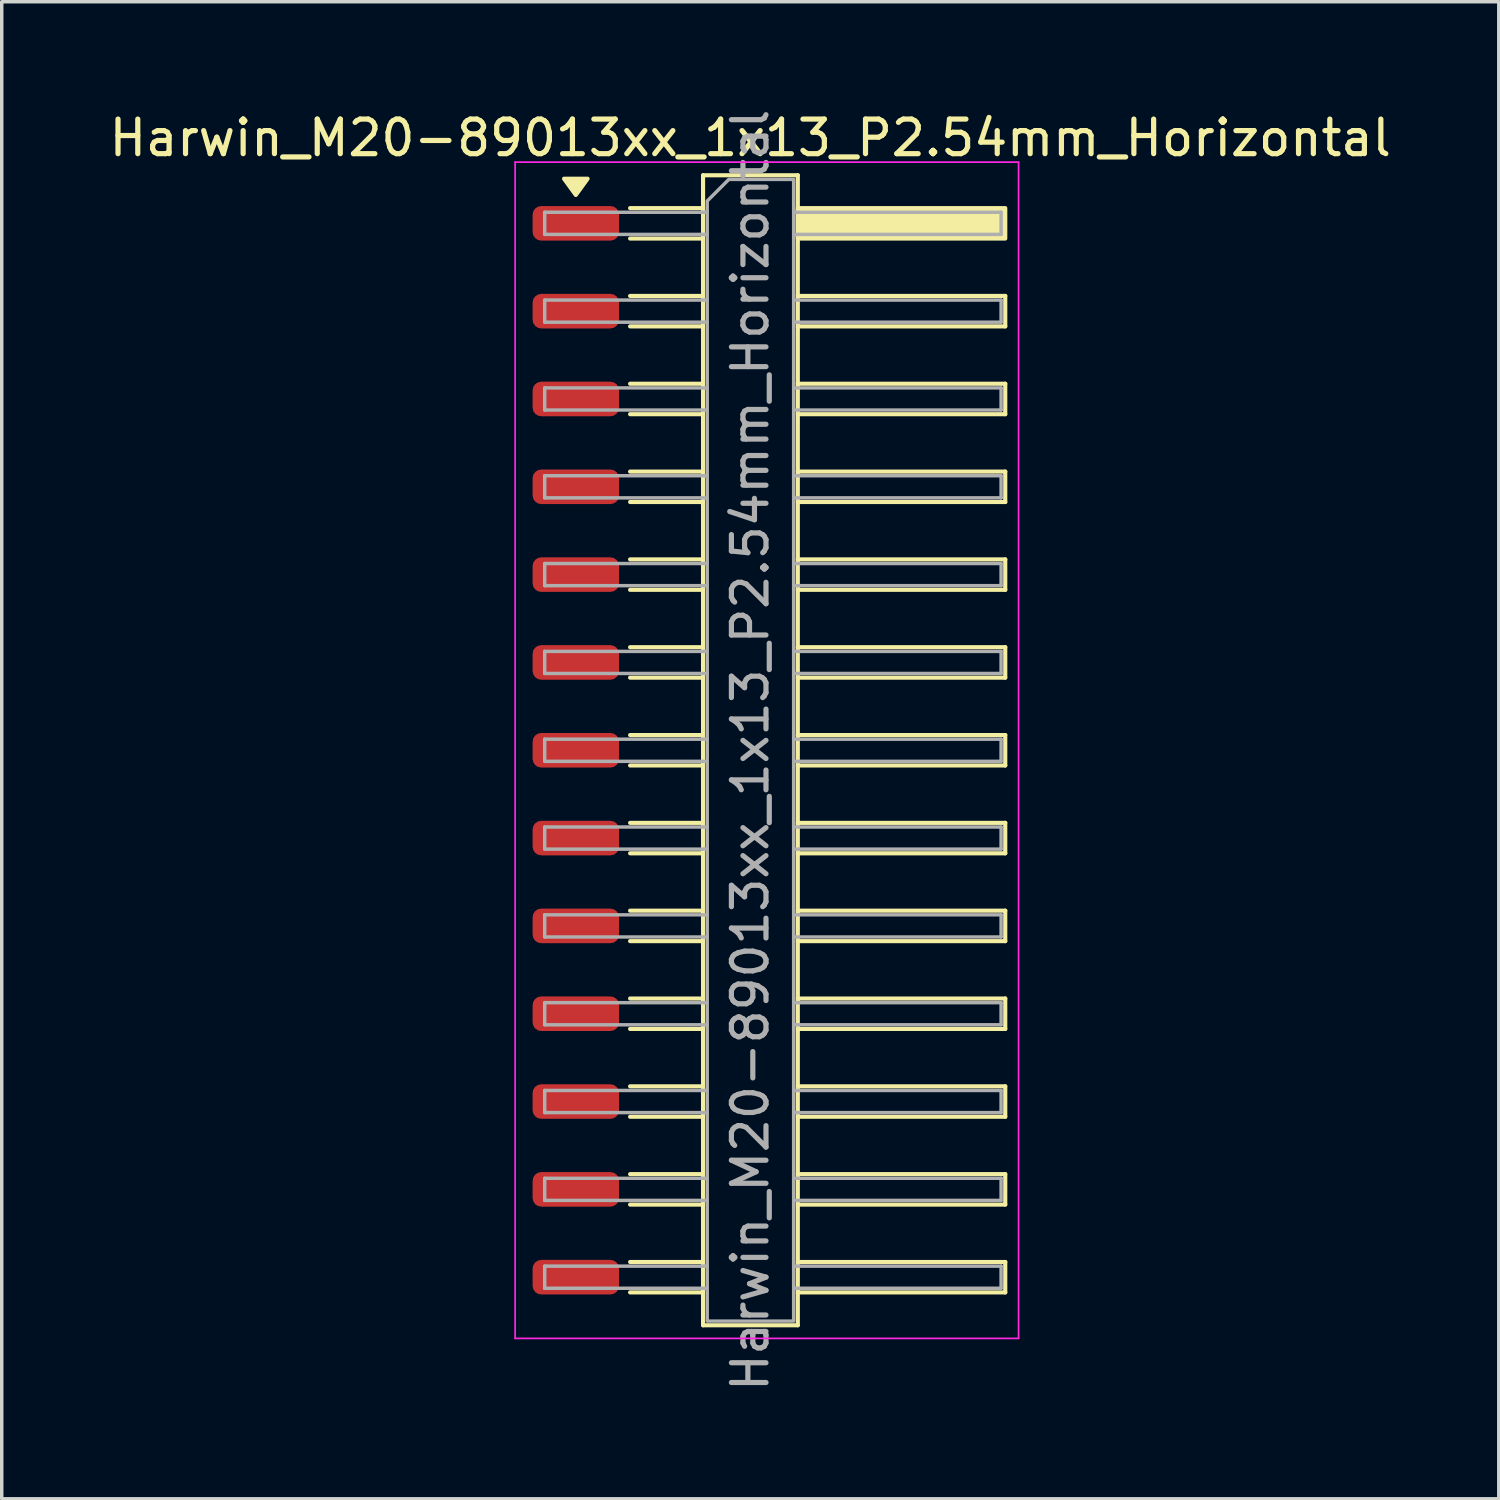
<source format=kicad_pcb>
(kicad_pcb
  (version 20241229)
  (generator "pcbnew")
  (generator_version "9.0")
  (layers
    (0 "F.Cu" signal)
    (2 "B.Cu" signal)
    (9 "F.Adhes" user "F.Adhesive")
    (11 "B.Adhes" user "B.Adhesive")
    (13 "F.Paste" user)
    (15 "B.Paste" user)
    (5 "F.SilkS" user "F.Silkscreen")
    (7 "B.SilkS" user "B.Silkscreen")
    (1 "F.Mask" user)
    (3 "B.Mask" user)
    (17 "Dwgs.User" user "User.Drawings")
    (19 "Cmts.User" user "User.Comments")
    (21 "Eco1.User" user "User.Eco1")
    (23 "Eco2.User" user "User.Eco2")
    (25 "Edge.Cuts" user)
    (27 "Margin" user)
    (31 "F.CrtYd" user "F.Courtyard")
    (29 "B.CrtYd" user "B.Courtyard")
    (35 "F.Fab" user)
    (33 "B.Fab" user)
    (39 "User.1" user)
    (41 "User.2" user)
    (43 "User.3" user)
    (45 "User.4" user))
  (footprint "Harwin_M20-89013xx_1x13_P2.54mm_Horizontal"
    (layer "F.Cu")
    (at 19.129 18.649)
    (property "Reference" "Harwin_M20-89013xx_1x13_P2.54mm_Horizontal" (at -0.48 -17.71 0) (layer "F.SilkS") (effects (font (size 1 1) (thickness 0.15))))
    (attr smd)
    (fp_line (start -3.955 -15.68) (end -1.845 -15.68) (stroke (width 0.12) (type solid)) (layer "F.SilkS"))
    (fp_line (start -3.955 -14.8) (end -1.845 -14.8) (stroke (width 0.12) (type solid)) (layer "F.SilkS"))
    (fp_line (start -3.955 -13.14) (end -1.845 -13.14) (stroke (width 0.12) (type solid)) (layer "F.SilkS"))
    (fp_line (start -3.955 -12.26) (end -1.845 -12.26) (stroke (width 0.12) (type solid)) (layer "F.SilkS"))
    (fp_line (start -3.955 -10.6) (end -1.845 -10.6) (stroke (width 0.12) (type solid)) (layer "F.SilkS"))
    (fp_line (start -3.955 -9.72) (end -1.845 -9.72) (stroke (width 0.12) (type solid)) (layer "F.SilkS"))
    (fp_line (start -3.955 -8.06) (end -1.845 -8.06) (stroke (width 0.12) (type solid)) (layer "F.SilkS"))
    (fp_line (start -3.955 -7.18) (end -1.845 -7.18) (stroke (width 0.12) (type solid)) (layer "F.SilkS"))
    (fp_line (start -3.955 -5.52) (end -1.845 -5.52) (stroke (width 0.12) (type solid)) (layer "F.SilkS"))
    (fp_line (start -3.955 -4.64) (end -1.845 -4.64) (stroke (width 0.12) (type solid)) (layer "F.SilkS"))
    (fp_line (start -3.955 -2.98) (end -1.845 -2.98) (stroke (width 0.12) (type solid)) (layer "F.SilkS"))
    (fp_line (start -3.955 -2.1) (end -1.845 -2.1) (stroke (width 0.12) (type solid)) (layer "F.SilkS"))
    (fp_line (start -3.955 -0.44) (end -1.845 -0.44) (stroke (width 0.12) (type solid)) (layer "F.SilkS"))
    (fp_line (start -3.955 0.44) (end -1.845 0.44) (stroke (width 0.12) (type solid)) (layer "F.SilkS"))
    (fp_line (start -3.955 2.1) (end -1.845 2.1) (stroke (width 0.12) (type solid)) (layer "F.SilkS"))
    (fp_line (start -3.955 2.98) (end -1.845 2.98) (stroke (width 0.12) (type solid)) (layer "F.SilkS"))
    (fp_line (start -3.955 4.64) (end -1.845 4.64) (stroke (width 0.12) (type solid)) (layer "F.SilkS"))
    (fp_line (start -3.955 5.52) (end -1.845 5.52) (stroke (width 0.12) (type solid)) (layer "F.SilkS"))
    (fp_line (start -3.955 7.18) (end -1.845 7.18) (stroke (width 0.12) (type solid)) (layer "F.SilkS"))
    (fp_line (start -3.955 8.06) (end -1.845 8.06) (stroke (width 0.12) (type solid)) (layer "F.SilkS"))
    (fp_line (start -3.955 9.72) (end -1.845 9.72) (stroke (width 0.12) (type solid)) (layer "F.SilkS"))
    (fp_line (start -3.955 10.6) (end -1.845 10.6) (stroke (width 0.12) (type solid)) (layer "F.SilkS"))
    (fp_line (start -3.955 12.26) (end -1.845 12.26) (stroke (width 0.12) (type solid)) (layer "F.SilkS"))
    (fp_line (start -3.955 13.14) (end -1.845 13.14) (stroke (width 0.12) (type solid)) (layer "F.SilkS"))
    (fp_line (start -3.955 14.8) (end -1.845 14.8) (stroke (width 0.12) (type solid)) (layer "F.SilkS"))
    (fp_line (start -3.955 15.68) (end -1.845 15.68) (stroke (width 0.12) (type solid)) (layer "F.SilkS"))
    (fp_line (start -1.845 -16.63) (end 0.895 -16.63) (stroke (width 0.12) (type solid)) (layer "F.SilkS"))
    (fp_line (start -1.845 16.63) (end -1.845 -16.63) (stroke (width 0.12) (type solid)) (layer "F.SilkS"))
    (fp_line (start 0.895 -16.63) (end 0.895 16.63) (stroke (width 0.12) (type solid)) (layer "F.SilkS"))
    (fp_line (start 0.895 -13.14) (end 6.895 -13.14) (stroke (width 0.12) (type solid)) (layer "F.SilkS"))
    (fp_line (start 0.895 -10.6) (end 6.895 -10.6) (stroke (width 0.12) (type solid)) (layer "F.SilkS"))
    (fp_line (start 0.895 -8.06) (end 6.895 -8.06) (stroke (width 0.12) (type solid)) (layer "F.SilkS"))
    (fp_line (start 0.895 -5.52) (end 6.895 -5.52) (stroke (width 0.12) (type solid)) (layer "F.SilkS"))
    (fp_line (start 0.895 -2.98) (end 6.895 -2.98) (stroke (width 0.12) (type solid)) (layer "F.SilkS"))
    (fp_line (start 0.895 -0.44) (end 6.895 -0.44) (stroke (width 0.12) (type solid)) (layer "F.SilkS"))
    (fp_line (start 0.895 2.1) (end 6.895 2.1) (stroke (width 0.12) (type solid)) (layer "F.SilkS"))
    (fp_line (start 0.895 4.64) (end 6.895 4.64) (stroke (width 0.12) (type solid)) (layer "F.SilkS"))
    (fp_line (start 0.895 7.18) (end 6.895 7.18) (stroke (width 0.12) (type solid)) (layer "F.SilkS"))
    (fp_line (start 0.895 9.72) (end 6.895 9.72) (stroke (width 0.12) (type solid)) (layer "F.SilkS"))
    (fp_line (start 0.895 12.26) (end 6.895 12.26) (stroke (width 0.12) (type solid)) (layer "F.SilkS"))
    (fp_line (start 0.895 14.8) (end 6.895 14.8) (stroke (width 0.12) (type solid)) (layer "F.SilkS"))
    (fp_line (start 0.895 16.63) (end -1.845 16.63) (stroke (width 0.12) (type solid)) (layer "F.SilkS"))
    (fp_line (start 6.895 -13.14) (end 6.895 -12.26) (stroke (width 0.12) (type solid)) (layer "F.SilkS"))
    (fp_line (start 6.895 -12.26) (end 0.895 -12.26) (stroke (width 0.12) (type solid)) (layer "F.SilkS"))
    (fp_line (start 6.895 -10.6) (end 6.895 -9.72) (stroke (width 0.12) (type solid)) (layer "F.SilkS"))
    (fp_line (start 6.895 -9.72) (end 0.895 -9.72) (stroke (width 0.12) (type solid)) (layer "F.SilkS"))
    (fp_line (start 6.895 -8.06) (end 6.895 -7.18) (stroke (width 0.12) (type solid)) (layer "F.SilkS"))
    (fp_line (start 6.895 -7.18) (end 0.895 -7.18) (stroke (width 0.12) (type solid)) (layer "F.SilkS"))
    (fp_line (start 6.895 -5.52) (end 6.895 -4.64) (stroke (width 0.12) (type solid)) (layer "F.SilkS"))
    (fp_line (start 6.895 -4.64) (end 0.895 -4.64) (stroke (width 0.12) (type solid)) (layer "F.SilkS"))
    (fp_line (start 6.895 -2.98) (end 6.895 -2.1) (stroke (width 0.12) (type solid)) (layer "F.SilkS"))
    (fp_line (start 6.895 -2.1) (end 0.895 -2.1) (stroke (width 0.12) (type solid)) (layer "F.SilkS"))
    (fp_line (start 6.895 -0.44) (end 6.895 0.44) (stroke (width 0.12) (type solid)) (layer "F.SilkS"))
    (fp_line (start 6.895 0.44) (end 0.895 0.44) (stroke (width 0.12) (type solid)) (layer "F.SilkS"))
    (fp_line (start 6.895 2.1) (end 6.895 2.98) (stroke (width 0.12) (type solid)) (layer "F.SilkS"))
    (fp_line (start 6.895 2.98) (end 0.895 2.98) (stroke (width 0.12) (type solid)) (layer "F.SilkS"))
    (fp_line (start 6.895 4.64) (end 6.895 5.52) (stroke (width 0.12) (type solid)) (layer "F.SilkS"))
    (fp_line (start 6.895 5.52) (end 0.895 5.52) (stroke (width 0.12) (type solid)) (layer "F.SilkS"))
    (fp_line (start 6.895 7.18) (end 6.895 8.06) (stroke (width 0.12) (type solid)) (layer "F.SilkS"))
    (fp_line (start 6.895 8.06) (end 0.895 8.06) (stroke (width 0.12) (type solid)) (layer "F.SilkS"))
    (fp_line (start 6.895 9.72) (end 6.895 10.6) (stroke (width 0.12) (type solid)) (layer "F.SilkS"))
    (fp_line (start 6.895 10.6) (end 0.895 10.6) (stroke (width 0.12) (type solid)) (layer "F.SilkS"))
    (fp_line (start 6.895 12.26) (end 6.895 13.14) (stroke (width 0.12) (type solid)) (layer "F.SilkS"))
    (fp_line (start 6.895 13.14) (end 0.895 13.14) (stroke (width 0.12) (type solid)) (layer "F.SilkS"))
    (fp_line (start 6.895 14.8) (end 6.895 15.68) (stroke (width 0.12) (type solid)) (layer "F.SilkS"))
    (fp_line (start 6.895 15.68) (end 0.895 15.68) (stroke (width 0.12) (type solid)) (layer "F.SilkS"))
    (fp_rect (start 0.895 -15.68) (end 6.895 -14.8) (stroke (width 0.12) (type solid)) (fill yes) (layer "F.SilkS"))
    (fp_poly (pts (xy -5.525 -16.06) (xy -5.865 -16.53) (xy -5.185 -16.53)) (stroke (width 0.12) (type solid)) (fill yes) (layer "F.SilkS"))
    (fp_line (start -7.28 -17.01) (end 7.28 -17.01) (stroke (width 0.05) (type solid)) (layer "F.CrtYd"))
    (fp_line (start -7.28 17.01) (end -7.28 -17.01) (stroke (width 0.05) (type solid)) (layer "F.CrtYd"))
    (fp_line (start 7.28 -17.01) (end 7.28 17.01) (stroke (width 0.05) (type solid)) (layer "F.CrtYd"))
    (fp_line (start 7.28 17.01) (end -7.28 17.01) (stroke (width 0.05) (type solid)) (layer "F.CrtYd"))
    (fp_line (start -6.425 -15.56) (end -6.425 -14.92) (stroke (width 0.1) (type solid)) (layer "F.Fab"))
    (fp_line (start -6.425 -14.92) (end -1.725 -14.92) (stroke (width 0.1) (type solid)) (layer "F.Fab"))
    (fp_line (start -6.425 -13.02) (end -6.425 -12.38) (stroke (width 0.1) (type solid)) (layer "F.Fab"))
    (fp_line (start -6.425 -12.38) (end -1.725 -12.38) (stroke (width 0.1) (type solid)) (layer "F.Fab"))
    (fp_line (start -6.425 -10.48) (end -6.425 -9.84) (stroke (width 0.1) (type solid)) (layer "F.Fab"))
    (fp_line (start -6.425 -9.84) (end -1.725 -9.84) (stroke (width 0.1) (type solid)) (layer "F.Fab"))
    (fp_line (start -6.425 -7.94) (end -6.425 -7.3) (stroke (width 0.1) (type solid)) (layer "F.Fab"))
    (fp_line (start -6.425 -7.3) (end -1.725 -7.3) (stroke (width 0.1) (type solid)) (layer "F.Fab"))
    (fp_line (start -6.425 -5.4) (end -6.425 -4.76) (stroke (width 0.1) (type solid)) (layer "F.Fab"))
    (fp_line (start -6.425 -4.76) (end -1.725 -4.76) (stroke (width 0.1) (type solid)) (layer "F.Fab"))
    (fp_line (start -6.425 -2.86) (end -6.425 -2.22) (stroke (width 0.1) (type solid)) (layer "F.Fab"))
    (fp_line (start -6.425 -2.22) (end -1.725 -2.22) (stroke (width 0.1) (type solid)) (layer "F.Fab"))
    (fp_line (start -6.425 -0.32) (end -6.425 0.32) (stroke (width 0.1) (type solid)) (layer "F.Fab"))
    (fp_line (start -6.425 0.32) (end -1.725 0.32) (stroke (width 0.1) (type solid)) (layer "F.Fab"))
    (fp_line (start -6.425 2.22) (end -6.425 2.86) (stroke (width 0.1) (type solid)) (layer "F.Fab"))
    (fp_line (start -6.425 2.86) (end -1.725 2.86) (stroke (width 0.1) (type solid)) (layer "F.Fab"))
    (fp_line (start -6.425 4.76) (end -6.425 5.4) (stroke (width 0.1) (type solid)) (layer "F.Fab"))
    (fp_line (start -6.425 5.4) (end -1.725 5.4) (stroke (width 0.1) (type solid)) (layer "F.Fab"))
    (fp_line (start -6.425 7.3) (end -6.425 7.94) (stroke (width 0.1) (type solid)) (layer "F.Fab"))
    (fp_line (start -6.425 7.94) (end -1.725 7.94) (stroke (width 0.1) (type solid)) (layer "F.Fab"))
    (fp_line (start -6.425 9.84) (end -6.425 10.48) (stroke (width 0.1) (type solid)) (layer "F.Fab"))
    (fp_line (start -6.425 10.48) (end -1.725 10.48) (stroke (width 0.1) (type solid)) (layer "F.Fab"))
    (fp_line (start -6.425 12.38) (end -6.425 13.02) (stroke (width 0.1) (type solid)) (layer "F.Fab"))
    (fp_line (start -6.425 13.02) (end -1.725 13.02) (stroke (width 0.1) (type solid)) (layer "F.Fab"))
    (fp_line (start -6.425 14.92) (end -6.425 15.56) (stroke (width 0.1) (type solid)) (layer "F.Fab"))
    (fp_line (start -6.425 15.56) (end -1.725 15.56) (stroke (width 0.1) (type solid)) (layer "F.Fab"))
    (fp_line (start -1.725 -15.56) (end -6.425 -15.56) (stroke (width 0.1) (type solid)) (layer "F.Fab"))
    (fp_line (start -1.725 -13.02) (end -6.425 -13.02) (stroke (width 0.1) (type solid)) (layer "F.Fab"))
    (fp_line (start -1.725 -10.48) (end -6.425 -10.48) (stroke (width 0.1) (type solid)) (layer "F.Fab"))
    (fp_line (start -1.725 -7.94) (end -6.425 -7.94) (stroke (width 0.1) (type solid)) (layer "F.Fab"))
    (fp_line (start -1.725 -5.4) (end -6.425 -5.4) (stroke (width 0.1) (type solid)) (layer "F.Fab"))
    (fp_line (start -1.725 -2.86) (end -6.425 -2.86) (stroke (width 0.1) (type solid)) (layer "F.Fab"))
    (fp_line (start -1.725 -0.32) (end -6.425 -0.32) (stroke (width 0.1) (type solid)) (layer "F.Fab"))
    (fp_line (start -1.725 2.22) (end -6.425 2.22) (stroke (width 0.1) (type solid)) (layer "F.Fab"))
    (fp_line (start -1.725 4.76) (end -6.425 4.76) (stroke (width 0.1) (type solid)) (layer "F.Fab"))
    (fp_line (start -1.725 7.3) (end -6.425 7.3) (stroke (width 0.1) (type solid)) (layer "F.Fab"))
    (fp_line (start -1.725 9.84) (end -6.425 9.84) (stroke (width 0.1) (type solid)) (layer "F.Fab"))
    (fp_line (start -1.725 12.38) (end -6.425 12.38) (stroke (width 0.1) (type solid)) (layer "F.Fab"))
    (fp_line (start -1.725 14.92) (end -6.425 14.92) (stroke (width 0.1) (type solid)) (layer "F.Fab"))
    (fp_line (start 0.775 -15.56) (end 6.775 -15.56) (stroke (width 0.1) (type solid)) (layer "F.Fab"))
    (fp_line (start 0.775 -13.02) (end 6.775 -13.02) (stroke (width 0.1) (type solid)) (layer "F.Fab"))
    (fp_line (start 0.775 -10.48) (end 6.775 -10.48) (stroke (width 0.1) (type solid)) (layer "F.Fab"))
    (fp_line (start 0.775 -7.94) (end 6.775 -7.94) (stroke (width 0.1) (type solid)) (layer "F.Fab"))
    (fp_line (start 0.775 -5.4) (end 6.775 -5.4) (stroke (width 0.1) (type solid)) (layer "F.Fab"))
    (fp_line (start 0.775 -2.86) (end 6.775 -2.86) (stroke (width 0.1) (type solid)) (layer "F.Fab"))
    (fp_line (start 0.775 -0.32) (end 6.775 -0.32) (stroke (width 0.1) (type solid)) (layer "F.Fab"))
    (fp_line (start 0.775 2.22) (end 6.775 2.22) (stroke (width 0.1) (type solid)) (layer "F.Fab"))
    (fp_line (start 0.775 4.76) (end 6.775 4.76) (stroke (width 0.1) (type solid)) (layer "F.Fab"))
    (fp_line (start 0.775 7.3) (end 6.775 7.3) (stroke (width 0.1) (type solid)) (layer "F.Fab"))
    (fp_line (start 0.775 9.84) (end 6.775 9.84) (stroke (width 0.1) (type solid)) (layer "F.Fab"))
    (fp_line (start 0.775 12.38) (end 6.775 12.38) (stroke (width 0.1) (type solid)) (layer "F.Fab"))
    (fp_line (start 0.775 14.92) (end 6.775 14.92) (stroke (width 0.1) (type solid)) (layer "F.Fab"))
    (fp_line (start 6.775 -15.56) (end 6.775 -14.92) (stroke (width 0.1) (type solid)) (layer "F.Fab"))
    (fp_line (start 6.775 -14.92) (end 0.775 -14.92) (stroke (width 0.1) (type solid)) (layer "F.Fab"))
    (fp_line (start 6.775 -13.02) (end 6.775 -12.38) (stroke (width 0.1) (type solid)) (layer "F.Fab"))
    (fp_line (start 6.775 -12.38) (end 0.775 -12.38) (stroke (width 0.1) (type solid)) (layer "F.Fab"))
    (fp_line (start 6.775 -10.48) (end 6.775 -9.84) (stroke (width 0.1) (type solid)) (layer "F.Fab"))
    (fp_line (start 6.775 -9.84) (end 0.775 -9.84) (stroke (width 0.1) (type solid)) (layer "F.Fab"))
    (fp_line (start 6.775 -7.94) (end 6.775 -7.3) (stroke (width 0.1) (type solid)) (layer "F.Fab"))
    (fp_line (start 6.775 -7.3) (end 0.775 -7.3) (stroke (width 0.1) (type solid)) (layer "F.Fab"))
    (fp_line (start 6.775 -5.4) (end 6.775 -4.76) (stroke (width 0.1) (type solid)) (layer "F.Fab"))
    (fp_line (start 6.775 -4.76) (end 0.775 -4.76) (stroke (width 0.1) (type solid)) (layer "F.Fab"))
    (fp_line (start 6.775 -2.86) (end 6.775 -2.22) (stroke (width 0.1) (type solid)) (layer "F.Fab"))
    (fp_line (start 6.775 -2.22) (end 0.775 -2.22) (stroke (width 0.1) (type solid)) (layer "F.Fab"))
    (fp_line (start 6.775 -0.32) (end 6.775 0.32) (stroke (width 0.1) (type solid)) (layer "F.Fab"))
    (fp_line (start 6.775 0.32) (end 0.775 0.32) (stroke (width 0.1) (type solid)) (layer "F.Fab"))
    (fp_line (start 6.775 2.22) (end 6.775 2.86) (stroke (width 0.1) (type solid)) (layer "F.Fab"))
    (fp_line (start 6.775 2.86) (end 0.775 2.86) (stroke (width 0.1) (type solid)) (layer "F.Fab"))
    (fp_line (start 6.775 4.76) (end 6.775 5.4) (stroke (width 0.1) (type solid)) (layer "F.Fab"))
    (fp_line (start 6.775 5.4) (end 0.775 5.4) (stroke (width 0.1) (type solid)) (layer "F.Fab"))
    (fp_line (start 6.775 7.3) (end 6.775 7.94) (stroke (width 0.1) (type solid)) (layer "F.Fab"))
    (fp_line (start 6.775 7.94) (end 0.775 7.94) (stroke (width 0.1) (type solid)) (layer "F.Fab"))
    (fp_line (start 6.775 9.84) (end 6.775 10.48) (stroke (width 0.1) (type solid)) (layer "F.Fab"))
    (fp_line (start 6.775 10.48) (end 0.775 10.48) (stroke (width 0.1) (type solid)) (layer "F.Fab"))
    (fp_line (start 6.775 12.38) (end 6.775 13.02) (stroke (width 0.1) (type solid)) (layer "F.Fab"))
    (fp_line (start 6.775 13.02) (end 0.775 13.02) (stroke (width 0.1) (type solid)) (layer "F.Fab"))
    (fp_line (start 6.775 14.92) (end 6.775 15.56) (stroke (width 0.1) (type solid)) (layer "F.Fab"))
    (fp_line (start 6.775 15.56) (end 0.775 15.56) (stroke (width 0.1) (type solid)) (layer "F.Fab"))
    (fp_poly (pts (xy -1.725 -15.885) (xy -1.725 16.51) (xy 0.775 16.51) (xy 0.775 -16.51) (xy -1.1 -16.51)) (stroke (width 0.1) (type solid)) (fill no) (layer "F.Fab"))
    (fp_text user "${REFERENCE}" (at -0.48 0 90) (layer "F.Fab") (effects (font (size 1 1) (thickness 0.15))))
    (pad "1" smd roundrect (at -5.525 -15.24) (size 2.5 1) (layers "F.Cu" "F.Mask" "F.Paste") (roundrect_rratio 0.25))
    (pad "2" smd roundrect (at -5.525 -12.7) (size 2.5 1) (layers "F.Cu" "F.Mask" "F.Paste") (roundrect_rratio 0.25))
    (pad "3" smd roundrect (at -5.525 -10.16) (size 2.5 1) (layers "F.Cu" "F.Mask" "F.Paste") (roundrect_rratio 0.25))
    (pad "4" smd roundrect (at -5.525 -7.62) (size 2.5 1) (layers "F.Cu" "F.Mask" "F.Paste") (roundrect_rratio 0.25))
    (pad "5" smd roundrect (at -5.525 -5.08) (size 2.5 1) (layers "F.Cu" "F.Mask" "F.Paste") (roundrect_rratio 0.25))
    (pad "6" smd roundrect (at -5.525 -2.54) (size 2.5 1) (layers "F.Cu" "F.Mask" "F.Paste") (roundrect_rratio 0.25))
    (pad "7" smd roundrect (at -5.525 0) (size 2.5 1) (layers "F.Cu" "F.Mask" "F.Paste") (roundrect_rratio 0.25))
    (pad "8" smd roundrect (at -5.525 2.54) (size 2.5 1) (layers "F.Cu" "F.Mask" "F.Paste") (roundrect_rratio 0.25))
    (pad "9" smd roundrect (at -5.525 5.08) (size 2.5 1) (layers "F.Cu" "F.Mask" "F.Paste") (roundrect_rratio 0.25))
    (pad "10" smd roundrect (at -5.525 7.62) (size 2.5 1) (layers "F.Cu" "F.Mask" "F.Paste") (roundrect_rratio 0.25))
    (pad "11" smd roundrect (at -5.525 10.16) (size 2.5 1) (layers "F.Cu" "F.Mask" "F.Paste") (roundrect_rratio 0.25))
    (pad "12" smd roundrect (at -5.525 12.7) (size 2.5 1) (layers "F.Cu" "F.Mask" "F.Paste") (roundrect_rratio 0.25))
    (pad "13" smd roundrect (at -5.525 15.24) (size 2.5 1) (layers "F.Cu" "F.Mask" "F.Paste") (roundrect_rratio 0.25)))
  (gr_rect
    (start -3 -3)
    (end 40.298 40.298)
    (stroke (width 0.1) (type default))
    (fill no)
    (layer "Edge.Cuts")))
</source>
